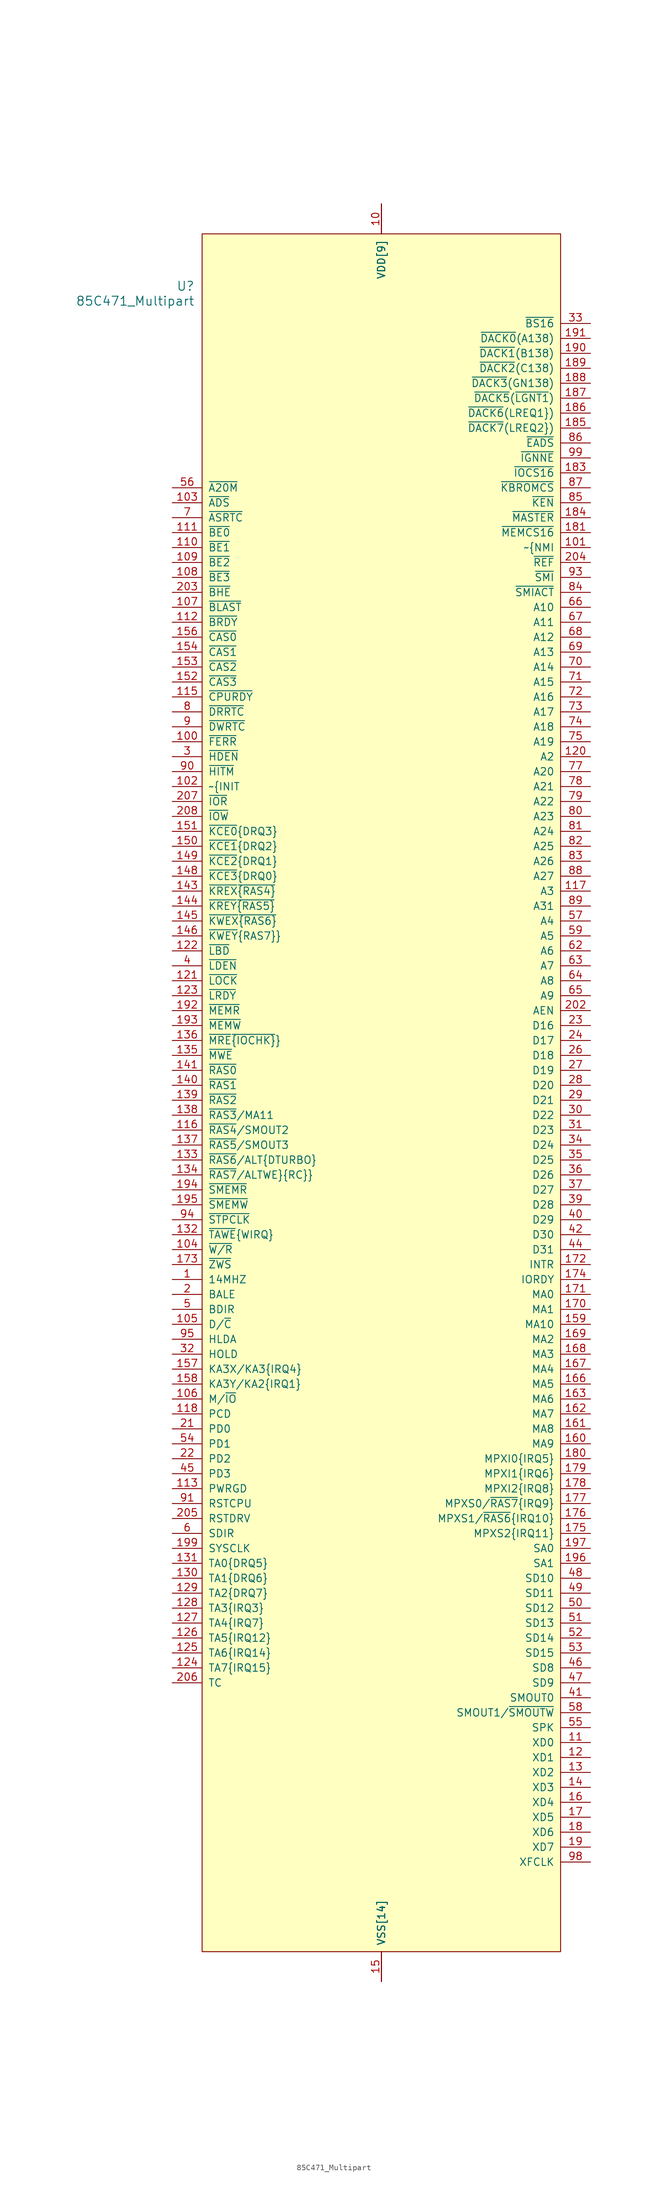
<source format=kicad_sym>
(kicad_symbol_lib
  (version 20211014)
  (generator kicad_symbol_editor)
  (symbol "85C471_Multipart"
    (pin_names
      (offset 1.016))
    (property "Reference" "U"
      (at 3.81 6.35 0)
      (effects (font (size 1.524 1.524)) (justify right)))
    (property "Value" "85C471_Multipart"
      (at 3.81 3.81 0)
      (effects (font (size 1.524 1.524)) (justify right)))
    (property "ki_locked" ""
      (at 0 0 0)
      (effects (font (size 1.27 1.27))))
    (symbol "85C471_Multipart_1_1"
      (rectangle (start 5.08 15.24) (end 66.04 -276.86) (stroke (width 0) (type default) (color 0 0 0 0)) (fill (type background)))
      (pin input line (at 0 -162.56 0) (length 5.08) (name "14MHZ" (effects (font (size 1.27 1.27)))) (number "1" (effects (font (size 1.27 1.27)))))
      (pin power_in line (at 35.56 20.32 270) (length 5.08) (name "VDD[9]" (effects (font (size 1.27 1.27)))) (number "10" (effects (font (size 1.27 1.27)))))
      (pin input line (at 0 -71.12 0) (length 5.08) (name "~{FERR}" (effects (font (size 1.27 1.27)))) (number "100" (effects (font (size 1.27 1.27)))))
      (pin output line (at 71.12 -38.1 180) (length 5.08) (name "~{NMI" (effects (font (size 1.27 1.27)))) (number "101" (effects (font (size 1.27 1.27)))))
      (pin output line (at 0 -78.74 0) (length 5.08) (name "~{INIT" (effects (font (size 1.27 1.27)))) (number "102" (effects (font (size 1.27 1.27)))))
      (pin tri_state line (at 0 -30.48 0) (length 5.08) (name "~{ADS}" (effects (font (size 1.27 1.27)))) (number "103" (effects (font (size 1.27 1.27)))))
      (pin tri_state line (at 0 -157.48 0) (length 5.08) (name "~{W/R}" (effects (font (size 1.27 1.27)))) (number "104" (effects (font (size 1.27 1.27)))))
      (pin input line (at 0 -170.18 0) (length 5.08) (name "D/~{C}" (effects (font (size 1.27 1.27)))) (number "105" (effects (font (size 1.27 1.27)))))
      (pin tri_state line (at 0 -182.88 0) (length 5.08) (name "M/~{IO}" (effects (font (size 1.27 1.27)))) (number "106" (effects (font (size 1.27 1.27)))))
      (pin tri_state line (at 0 -48.26 0) (length 5.08) (name "~{BLAST}" (effects (font (size 1.27 1.27)))) (number "107" (effects (font (size 1.27 1.27)))))
      (pin tri_state line (at 0 -43.18 0) (length 5.08) (name "~{BE3}" (effects (font (size 1.27 1.27)))) (number "108" (effects (font (size 1.27 1.27)))))
      (pin tri_state line (at 0 -40.64 0) (length 5.08) (name "~{BE2}" (effects (font (size 1.27 1.27)))) (number "109" (effects (font (size 1.27 1.27)))))
      (pin tri_state line (at 71.12 -241.3 180) (length 5.08) (name "XD0" (effects (font (size 1.27 1.27)))) (number "11" (effects (font (size 1.27 1.27)))))
      (pin tri_state line (at 0 -38.1 0) (length 5.08) (name "~{BE1}" (effects (font (size 1.27 1.27)))) (number "110" (effects (font (size 1.27 1.27)))))
      (pin tri_state line (at 0 -35.56 0) (length 5.08) (name "~{BE0}" (effects (font (size 1.27 1.27)))) (number "111" (effects (font (size 1.27 1.27)))))
      (pin tri_state line (at 0 -50.8 0) (length 5.08) (name "~{BRDY}" (effects (font (size 1.27 1.27)))) (number "112" (effects (font (size 1.27 1.27)))))
      (pin input line (at 0 -198.12 0) (length 5.08) (name "PWRGD" (effects (font (size 1.27 1.27)))) (number "113" (effects (font (size 1.27 1.27)))))
      (pin power_in line (at 35.56 20.32 270) (length 5.08) (name "VDD[9]" (effects (font (size 1.27 1.27)))) (number "114" (effects (font (size 0 0)))))
      (pin tri_state line (at 0 -63.5 0) (length 5.08) (name "~{CPURDY}" (effects (font (size 1.27 1.27)))) (number "115" (effects (font (size 1.27 1.27)))))
      (pin output line (at 0 -137.16 0) (length 5.08) (name "~{RAS4}/SMOUT2" (effects (font (size 1.27 1.27)))) (number "116" (effects (font (size 1.27 1.27)))))
      (pin tri_state line (at 71.12 -96.52 180) (length 5.08) (name "A3" (effects (font (size 1.27 1.27)))) (number "117" (effects (font (size 1.27 1.27)))))
      (pin input line (at 0 -185.42 0) (length 5.08) (name "PCD" (effects (font (size 1.27 1.27)))) (number "118" (effects (font (size 1.27 1.27)))))
      (pin power_in line (at 35.56 -281.94 90) (length 5.08) (name "VSS[14]" (effects (font (size 1.27 1.27)))) (number "119" (effects (font (size 0 0)))))
      (pin tri_state line (at 71.12 -243.84 180) (length 5.08) (name "XD1" (effects (font (size 1.27 1.27)))) (number "12" (effects (font (size 1.27 1.27)))))
      (pin tri_state line (at 71.12 -73.66 180) (length 5.08) (name "A2" (effects (font (size 1.27 1.27)))) (number "120" (effects (font (size 1.27 1.27)))))
      (pin input line (at 0 -111.76 0) (length 5.08) (name "~{LOCK}" (effects (font (size 1.27 1.27)))) (number "121" (effects (font (size 1.27 1.27)))))
      (pin input line (at 0 -106.68 0) (length 5.08) (name "~{LBD}" (effects (font (size 1.27 1.27)))) (number "122" (effects (font (size 1.27 1.27)))))
      (pin input line (at 0 -114.3 0) (length 5.08) (name "~{LRDY}" (effects (font (size 1.27 1.27)))) (number "123" (effects (font (size 1.27 1.27)))))
      (pin tri_state line (at 0 -228.6 0) (length 5.08) (name "TA7{IRQ15}" (effects (font (size 1.27 1.27)))) (number "124" (effects (font (size 1.27 1.27)))))
      (pin tri_state line (at 0 -226.06 0) (length 5.08) (name "TA6{IRQ14}" (effects (font (size 1.27 1.27)))) (number "125" (effects (font (size 1.27 1.27)))))
      (pin tri_state line (at 0 -223.52 0) (length 5.08) (name "TA5{IRQ12}" (effects (font (size 1.27 1.27)))) (number "126" (effects (font (size 1.27 1.27)))))
      (pin tri_state line (at 0 -220.98 0) (length 5.08) (name "TA4{IRQ7}" (effects (font (size 1.27 1.27)))) (number "127" (effects (font (size 1.27 1.27)))))
      (pin tri_state line (at 0 -218.44 0) (length 5.08) (name "TA3{IRQ3}" (effects (font (size 1.27 1.27)))) (number "128" (effects (font (size 1.27 1.27)))))
      (pin tri_state line (at 0 -215.9 0) (length 5.08) (name "TA2{DRQ7}" (effects (font (size 1.27 1.27)))) (number "129" (effects (font (size 1.27 1.27)))))
      (pin tri_state line (at 71.12 -246.38 180) (length 5.08) (name "XD2" (effects (font (size 1.27 1.27)))) (number "13" (effects (font (size 1.27 1.27)))))
      (pin tri_state line (at 0 -213.36 0) (length 5.08) (name "TA1{DRQ6}" (effects (font (size 1.27 1.27)))) (number "130" (effects (font (size 1.27 1.27)))))
      (pin tri_state line (at 0 -210.82 0) (length 5.08) (name "TA0{DRQ5}" (effects (font (size 1.27 1.27)))) (number "131" (effects (font (size 1.27 1.27)))))
      (pin output line (at 0 -154.94 0) (length 5.08) (name "~{TAWE}{WIRQ}" (effects (font (size 1.27 1.27)))) (number "132" (effects (font (size 1.27 1.27)))))
      (pin tri_state line (at 0 -142.24 0) (length 5.08) (name "~{RAS6}/ALT{DTURBO}" (effects (font (size 1.27 1.27)))) (number "133" (effects (font (size 1.27 1.27)))))
      (pin tri_state line (at 0 -144.78 0) (length 5.08) (name "~{RAS7}/ALTWE}{RC}}" (effects (font (size 1.27 1.27)))) (number "134" (effects (font (size 1.27 1.27)))))
      (pin output line (at 0 -124.46 0) (length 5.08) (name "~{MWE}" (effects (font (size 1.27 1.27)))) (number "135" (effects (font (size 1.27 1.27)))))
      (pin tri_state line (at 0 -121.92 0) (length 5.08) (name "~{MRE}~{{IOCHK}}}" (effects (font (size 1.27 1.27)))) (number "136" (effects (font (size 1.27 1.27)))))
      (pin output line (at 0 -139.7 0) (length 5.08) (name "~{RAS5}/SMOUT3" (effects (font (size 1.27 1.27)))) (number "137" (effects (font (size 1.27 1.27)))))
      (pin output line (at 0 -134.62 0) (length 5.08) (name "~{RAS3}/MA11" (effects (font (size 1.27 1.27)))) (number "138" (effects (font (size 1.27 1.27)))))
      (pin output line (at 0 -132.08 0) (length 5.08) (name "~{RAS2}" (effects (font (size 1.27 1.27)))) (number "139" (effects (font (size 1.27 1.27)))))
      (pin tri_state line (at 71.12 -248.92 180) (length 5.08) (name "XD3" (effects (font (size 1.27 1.27)))) (number "14" (effects (font (size 1.27 1.27)))))
      (pin output line (at 0 -129.54 0) (length 5.08) (name "~{RAS1}" (effects (font (size 1.27 1.27)))) (number "140" (effects (font (size 1.27 1.27)))))
      (pin output line (at 0 -127 0) (length 5.08) (name "~{RAS0}" (effects (font (size 1.27 1.27)))) (number "141" (effects (font (size 1.27 1.27)))))
      (pin power_in line (at 35.56 -281.94 90) (length 5.08) (name "VSS[14]" (effects (font (size 1.27 1.27)))) (number "142" (effects (font (size 0 0)))))
      (pin output line (at 0 -96.52 0) (length 5.08) (name "~{KREX}~{{RAS4}}" (effects (font (size 1.27 1.27)))) (number "143" (effects (font (size 1.27 1.27)))))
      (pin output line (at 0 -99.06 0) (length 5.08) (name "~{KREY}~{{RAS5}}" (effects (font (size 1.27 1.27)))) (number "144" (effects (font (size 1.27 1.27)))))
      (pin output line (at 0 -101.6 0) (length 5.08) (name "~{KWEX}~{{RAS6}}" (effects (font (size 1.27 1.27)))) (number "145" (effects (font (size 1.27 1.27)))))
      (pin output line (at 0 -104.14 0) (length 5.08) (name "~{KWEY}{RAS7}}" (effects (font (size 1.27 1.27)))) (number "146" (effects (font (size 1.27 1.27)))))
      (pin power_in line (at 35.56 20.32 270) (length 5.08) (name "VDD[9]" (effects (font (size 1.27 1.27)))) (number "147" (effects (font (size 0 0)))))
      (pin tri_state line (at 0 -93.98 0) (length 5.08) (name "~{KCE3}{DRQ0}" (effects (font (size 1.27 1.27)))) (number "148" (effects (font (size 1.27 1.27)))))
      (pin tri_state line (at 0 -91.44 0) (length 5.08) (name "~{KCE2}{DRQ1}" (effects (font (size 1.27 1.27)))) (number "149" (effects (font (size 1.27 1.27)))))
      (pin power_in line (at 35.56 -281.94 90) (length 5.08) (name "VSS[14]" (effects (font (size 1.27 1.27)))) (number "15" (effects (font (size 1.27 1.27)))))
      (pin tri_state line (at 0 -88.9 0) (length 5.08) (name "~{KCE1}{DRQ2}" (effects (font (size 1.27 1.27)))) (number "150" (effects (font (size 1.27 1.27)))))
      (pin tri_state line (at 0 -86.36 0) (length 5.08) (name "~{KCE0}{DRQ3}" (effects (font (size 1.27 1.27)))) (number "151" (effects (font (size 1.27 1.27)))))
      (pin output line (at 0 -60.96 0) (length 5.08) (name "~{CAS3}" (effects (font (size 1.27 1.27)))) (number "152" (effects (font (size 1.27 1.27)))))
      (pin output line (at 0 -58.42 0) (length 5.08) (name "~{CAS2}" (effects (font (size 1.27 1.27)))) (number "153" (effects (font (size 1.27 1.27)))))
      (pin output line (at 0 -55.88 0) (length 5.08) (name "~{CAS1}" (effects (font (size 1.27 1.27)))) (number "154" (effects (font (size 1.27 1.27)))))
      (pin power_in line (at 35.56 -281.94 90) (length 5.08) (name "VSS[14]" (effects (font (size 1.27 1.27)))) (number "155" (effects (font (size 0 0)))))
      (pin output line (at 0 -53.34 0) (length 5.08) (name "~{CAS0}" (effects (font (size 1.27 1.27)))) (number "156" (effects (font (size 1.27 1.27)))))
      (pin tri_state line (at 0 -177.8 0) (length 5.08) (name "KA3X/KA3{IRQ4}" (effects (font (size 1.27 1.27)))) (number "157" (effects (font (size 1.27 1.27)))))
      (pin tri_state line (at 0 -180.34 0) (length 5.08) (name "KA3Y/KA2{IRQ1}" (effects (font (size 1.27 1.27)))) (number "158" (effects (font (size 1.27 1.27)))))
      (pin output line (at 71.12 -170.18 180) (length 5.08) (name "MA10" (effects (font (size 1.27 1.27)))) (number "159" (effects (font (size 1.27 1.27)))))
      (pin tri_state line (at 71.12 -251.46 180) (length 5.08) (name "XD4" (effects (font (size 1.27 1.27)))) (number "16" (effects (font (size 1.27 1.27)))))
      (pin output line (at 71.12 -190.5 180) (length 5.08) (name "MA9" (effects (font (size 1.27 1.27)))) (number "160" (effects (font (size 1.27 1.27)))))
      (pin output line (at 71.12 -187.96 180) (length 5.08) (name "MA8" (effects (font (size 1.27 1.27)))) (number "161" (effects (font (size 1.27 1.27)))))
      (pin output line (at 71.12 -185.42 180) (length 5.08) (name "MA7" (effects (font (size 1.27 1.27)))) (number "162" (effects (font (size 1.27 1.27)))))
      (pin output line (at 71.12 -182.88 180) (length 5.08) (name "MA6" (effects (font (size 1.27 1.27)))) (number "163" (effects (font (size 1.27 1.27)))))
      (pin power_in line (at 35.56 -281.94 90) (length 5.08) (name "VSS[14]" (effects (font (size 1.27 1.27)))) (number "164" (effects (font (size 0 0)))))
      (pin power_in line (at 35.56 20.32 270) (length 5.08) (name "VDD[9]" (effects (font (size 1.27 1.27)))) (number "165" (effects (font (size 0 0)))))
      (pin output line (at 71.12 -180.34 180) (length 5.08) (name "MA5" (effects (font (size 1.27 1.27)))) (number "166" (effects (font (size 1.27 1.27)))))
      (pin output line (at 71.12 -177.8 180) (length 5.08) (name "MA4" (effects (font (size 1.27 1.27)))) (number "167" (effects (font (size 1.27 1.27)))))
      (pin output line (at 71.12 -175.26 180) (length 5.08) (name "MA3" (effects (font (size 1.27 1.27)))) (number "168" (effects (font (size 1.27 1.27)))))
      (pin output line (at 71.12 -172.72 180) (length 5.08) (name "MA2" (effects (font (size 1.27 1.27)))) (number "169" (effects (font (size 1.27 1.27)))))
      (pin tri_state line (at 71.12 -254 180) (length 5.08) (name "XD5" (effects (font (size 1.27 1.27)))) (number "17" (effects (font (size 1.27 1.27)))))
      (pin output line (at 71.12 -167.64 180) (length 5.08) (name "MA1" (effects (font (size 1.27 1.27)))) (number "170" (effects (font (size 1.27 1.27)))))
      (pin output line (at 71.12 -165.1 180) (length 5.08) (name "MA0" (effects (font (size 1.27 1.27)))) (number "171" (effects (font (size 1.27 1.27)))))
      (pin output line (at 71.12 -160.02 180) (length 5.08) (name "INTR" (effects (font (size 1.27 1.27)))) (number "172" (effects (font (size 1.27 1.27)))))
      (pin input line (at 0 -160.02 0) (length 5.08) (name "~{ZWS}" (effects (font (size 1.27 1.27)))) (number "173" (effects (font (size 1.27 1.27)))))
      (pin tri_state line (at 71.12 -162.56 180) (length 5.08) (name "IORDY" (effects (font (size 1.27 1.27)))) (number "174" (effects (font (size 1.27 1.27)))))
      (pin tri_state line (at 71.12 -205.74 180) (length 5.08) (name "MPXS2{IRQ11}" (effects (font (size 1.27 1.27)))) (number "175" (effects (font (size 1.27 1.27)))))
      (pin tri_state line (at 71.12 -203.2 180) (length 5.08) (name "MPXS1/~{RAS6}{IRQ10}" (effects (font (size 1.27 1.27)))) (number "176" (effects (font (size 1.27 1.27)))))
      (pin tri_state line (at 71.12 -200.66 180) (length 5.08) (name "MPXS0/~{RAS7}{IRQ9}" (effects (font (size 1.27 1.27)))) (number "177" (effects (font (size 1.27 1.27)))))
      (pin input line (at 71.12 -198.12 180) (length 5.08) (name "MPXI2{IRQ8}" (effects (font (size 1.27 1.27)))) (number "178" (effects (font (size 1.27 1.27)))))
      (pin input line (at 71.12 -195.58 180) (length 5.08) (name "MPXI1{IRQ6}" (effects (font (size 1.27 1.27)))) (number "179" (effects (font (size 1.27 1.27)))))
      (pin tri_state line (at 71.12 -256.54 180) (length 5.08) (name "XD6" (effects (font (size 1.27 1.27)))) (number "18" (effects (font (size 1.27 1.27)))))
      (pin input line (at 71.12 -193.04 180) (length 5.08) (name "MPXI0{IRQ5}" (effects (font (size 1.27 1.27)))) (number "180" (effects (font (size 1.27 1.27)))))
      (pin input line (at 71.12 -35.56 180) (length 5.08) (name "~{MEMCS16}" (effects (font (size 1.27 1.27)))) (number "181" (effects (font (size 1.27 1.27)))))
      (pin power_in line (at 35.56 -281.94 90) (length 5.08) (name "VSS[14]" (effects (font (size 1.27 1.27)))) (number "182" (effects (font (size 0 0)))))
      (pin input line (at 71.12 -25.4 180) (length 5.08) (name "~{IOCS16}" (effects (font (size 1.27 1.27)))) (number "183" (effects (font (size 1.27 1.27)))))
      (pin input line (at 71.12 -33.02 180) (length 5.08) (name "~{MASTER}" (effects (font (size 1.27 1.27)))) (number "184" (effects (font (size 1.27 1.27)))))
      (pin tri_state line (at 71.12 -17.78 180) (length 5.08) (name "~{DACK7}(LREQ2})" (effects (font (size 1.27 1.27)))) (number "185" (effects (font (size 1.27 1.27)))))
      (pin tri_state line (at 71.12 -15.24 180) (length 5.08) (name "~{DACK6}(LREQ1})" (effects (font (size 1.27 1.27)))) (number "186" (effects (font (size 1.27 1.27)))))
      (pin tri_state line (at 71.12 -12.7 180) (length 5.08) (name "~{DACK5}(~{LGNT1})" (effects (font (size 1.27 1.27)))) (number "187" (effects (font (size 1.27 1.27)))))
      (pin tri_state line (at 71.12 -10.16 180) (length 5.08) (name "~{DACK3}(GN138)" (effects (font (size 1.27 1.27)))) (number "188" (effects (font (size 1.27 1.27)))))
      (pin tri_state line (at 71.12 -7.62 180) (length 5.08) (name "~{DACK2}(C138)" (effects (font (size 1.27 1.27)))) (number "189" (effects (font (size 1.27 1.27)))))
      (pin tri_state line (at 71.12 -259.08 180) (length 5.08) (name "XD7" (effects (font (size 1.27 1.27)))) (number "19" (effects (font (size 1.27 1.27)))))
      (pin tri_state line (at 71.12 -5.08 180) (length 5.08) (name "~{DACK1}(B138)" (effects (font (size 1.27 1.27)))) (number "190" (effects (font (size 1.27 1.27)))))
      (pin tri_state line (at 71.12 -2.54 180) (length 5.08) (name "~{DACK0}(A138)" (effects (font (size 1.27 1.27)))) (number "191" (effects (font (size 1.27 1.27)))))
      (pin tri_state line (at 0 -116.84 0) (length 5.08) (name "~{MEMR}" (effects (font (size 1.27 1.27)))) (number "192" (effects (font (size 1.27 1.27)))))
      (pin tri_state line (at 0 -119.38 0) (length 5.08) (name "~{MEMW}" (effects (font (size 1.27 1.27)))) (number "193" (effects (font (size 1.27 1.27)))))
      (pin output line (at 0 -147.32 0) (length 5.08) (name "~{SMEMR}" (effects (font (size 1.27 1.27)))) (number "194" (effects (font (size 1.27 1.27)))))
      (pin output line (at 0 -149.86 0) (length 5.08) (name "~{SMEMW}" (effects (font (size 1.27 1.27)))) (number "195" (effects (font (size 1.27 1.27)))))
      (pin tri_state line (at 71.12 -210.82 180) (length 5.08) (name "SA1" (effects (font (size 1.27 1.27)))) (number "196" (effects (font (size 1.27 1.27)))))
      (pin tri_state line (at 71.12 -208.28 180) (length 5.08) (name "SA0" (effects (font (size 1.27 1.27)))) (number "197" (effects (font (size 1.27 1.27)))))
      (pin power_in line (at 35.56 -281.94 90) (length 5.08) (name "VSS[14]" (effects (font (size 1.27 1.27)))) (number "198" (effects (font (size 0 0)))))
      (pin output line (at 0 -208.28 0) (length 5.08) (name "SYSCLK" (effects (font (size 1.27 1.27)))) (number "199" (effects (font (size 1.27 1.27)))))
      (pin output line (at 0 -165.1 0) (length 5.08) (name "BALE" (effects (font (size 1.27 1.27)))) (number "2" (effects (font (size 1.27 1.27)))))
      (pin power_in line (at 35.56 -281.94 90) (length 5.08) (name "VSS[14]" (effects (font (size 1.27 1.27)))) (number "20" (effects (font (size 0 0)))))
      (pin power_in line (at 35.56 -281.94 90) (length 5.08) (name "VSS[14]" (effects (font (size 1.27 1.27)))) (number "200" (effects (font (size 0 0)))))
      (pin power_in line (at 35.56 20.32 270) (length 5.08) (name "VDD[9]" (effects (font (size 1.27 1.27)))) (number "201" (effects (font (size 0 0)))))
      (pin output line (at 71.12 -116.84 180) (length 5.08) (name "AEN" (effects (font (size 1.27 1.27)))) (number "202" (effects (font (size 1.27 1.27)))))
      (pin tri_state line (at 0 -45.72 0) (length 5.08) (name "~{BHE}" (effects (font (size 1.27 1.27)))) (number "203" (effects (font (size 1.27 1.27)))))
      (pin tri_state line (at 71.12 -40.64 180) (length 5.08) (name "~{REF}" (effects (font (size 1.27 1.27)))) (number "204" (effects (font (size 1.27 1.27)))))
      (pin output line (at 0 -203.2 0) (length 5.08) (name "RSTDRV" (effects (font (size 1.27 1.27)))) (number "205" (effects (font (size 1.27 1.27)))))
      (pin output line (at 0 -231.14 0) (length 5.08) (name "TC" (effects (font (size 1.27 1.27)))) (number "206" (effects (font (size 1.27 1.27)))))
      (pin tri_state line (at 0 -81.28 0) (length 5.08) (name "~{IOR}" (effects (font (size 1.27 1.27)))) (number "207" (effects (font (size 1.27 1.27)))))
      (pin tri_state line (at 0 -83.82 0) (length 5.08) (name "~{IOW}" (effects (font (size 1.27 1.27)))) (number "208" (effects (font (size 1.27 1.27)))))
      (pin tri_state line (at 0 -187.96 0) (length 5.08) (name "PD0" (effects (font (size 1.27 1.27)))) (number "21" (effects (font (size 1.27 1.27)))))
      (pin tri_state line (at 0 -193.04 0) (length 5.08) (name "PD2" (effects (font (size 1.27 1.27)))) (number "22" (effects (font (size 1.27 1.27)))))
      (pin tri_state line (at 71.12 -119.38 180) (length 5.08) (name "D16" (effects (font (size 1.27 1.27)))) (number "23" (effects (font (size 1.27 1.27)))))
      (pin tri_state line (at 71.12 -121.92 180) (length 5.08) (name "D17" (effects (font (size 1.27 1.27)))) (number "24" (effects (font (size 1.27 1.27)))))
      (pin power_in line (at 35.56 20.32 270) (length 5.08) (name "VDD[9]" (effects (font (size 1.27 1.27)))) (number "25" (effects (font (size 0 0)))))
      (pin tri_state line (at 71.12 -124.46 180) (length 5.08) (name "D18" (effects (font (size 1.27 1.27)))) (number "26" (effects (font (size 1.27 1.27)))))
      (pin tri_state line (at 71.12 -127 180) (length 5.08) (name "D19" (effects (font (size 1.27 1.27)))) (number "27" (effects (font (size 1.27 1.27)))))
      (pin tri_state line (at 71.12 -129.54 180) (length 5.08) (name "D20" (effects (font (size 1.27 1.27)))) (number "28" (effects (font (size 1.27 1.27)))))
      (pin tri_state line (at 71.12 -132.08 180) (length 5.08) (name "D21" (effects (font (size 1.27 1.27)))) (number "29" (effects (font (size 1.27 1.27)))))
      (pin output line (at 0 -73.66 0) (length 5.08) (name "~{HDEN}" (effects (font (size 1.27 1.27)))) (number "3" (effects (font (size 1.27 1.27)))))
      (pin tri_state line (at 71.12 -134.62 180) (length 5.08) (name "D22" (effects (font (size 1.27 1.27)))) (number "30" (effects (font (size 1.27 1.27)))))
      (pin tri_state line (at 71.12 -137.16 180) (length 5.08) (name "D23" (effects (font (size 1.27 1.27)))) (number "31" (effects (font (size 1.27 1.27)))))
      (pin output line (at 0 -175.26 0) (length 5.08) (name "HOLD" (effects (font (size 1.27 1.27)))) (number "32" (effects (font (size 1.27 1.27)))))
      (pin output line (at 71.12 0 180) (length 5.08) (name "~{BS16}" (effects (font (size 1.27 1.27)))) (number "33" (effects (font (size 1.27 1.27)))))
      (pin tri_state line (at 71.12 -139.7 180) (length 5.08) (name "D24" (effects (font (size 1.27 1.27)))) (number "34" (effects (font (size 1.27 1.27)))))
      (pin tri_state line (at 71.12 -142.24 180) (length 5.08) (name "D25" (effects (font (size 1.27 1.27)))) (number "35" (effects (font (size 1.27 1.27)))))
      (pin tri_state line (at 71.12 -144.78 180) (length 5.08) (name "D26" (effects (font (size 1.27 1.27)))) (number "36" (effects (font (size 1.27 1.27)))))
      (pin tri_state line (at 71.12 -147.32 180) (length 5.08) (name "D27" (effects (font (size 1.27 1.27)))) (number "37" (effects (font (size 1.27 1.27)))))
      (pin power_in line (at 35.56 -281.94 90) (length 5.08) (name "VSS[14]" (effects (font (size 1.27 1.27)))) (number "38" (effects (font (size 0 0)))))
      (pin tri_state line (at 71.12 -149.86 180) (length 5.08) (name "D28" (effects (font (size 1.27 1.27)))) (number "39" (effects (font (size 1.27 1.27)))))
      (pin output line (at 0 -109.22 0) (length 5.08) (name "~{LDEN}" (effects (font (size 1.27 1.27)))) (number "4" (effects (font (size 1.27 1.27)))))
      (pin tri_state line (at 71.12 -152.4 180) (length 5.08) (name "D29" (effects (font (size 1.27 1.27)))) (number "40" (effects (font (size 1.27 1.27)))))
      (pin output line (at 71.12 -233.68 180) (length 5.08) (name "SMOUT0" (effects (font (size 1.27 1.27)))) (number "41" (effects (font (size 1.27 1.27)))))
      (pin tri_state line (at 71.12 -154.94 180) (length 5.08) (name "D30" (effects (font (size 1.27 1.27)))) (number "42" (effects (font (size 1.27 1.27)))))
      (pin power_in line (at 35.56 20.32 270) (length 5.08) (name "VDD[9]" (effects (font (size 1.27 1.27)))) (number "43" (effects (font (size 0 0)))))
      (pin tri_state line (at 71.12 -157.48 180) (length 5.08) (name "D31" (effects (font (size 1.27 1.27)))) (number "44" (effects (font (size 1.27 1.27)))))
      (pin tri_state line (at 0 -195.58 0) (length 5.08) (name "PD3" (effects (font (size 1.27 1.27)))) (number "45" (effects (font (size 1.27 1.27)))))
      (pin tri_state line (at 71.12 -228.6 180) (length 5.08) (name "SD8" (effects (font (size 1.27 1.27)))) (number "46" (effects (font (size 1.27 1.27)))))
      (pin tri_state line (at 71.12 -231.14 180) (length 5.08) (name "SD9" (effects (font (size 1.27 1.27)))) (number "47" (effects (font (size 1.27 1.27)))))
      (pin tri_state line (at 71.12 -213.36 180) (length 5.08) (name "SD10" (effects (font (size 1.27 1.27)))) (number "48" (effects (font (size 1.27 1.27)))))
      (pin tri_state line (at 71.12 -215.9 180) (length 5.08) (name "SD11" (effects (font (size 1.27 1.27)))) (number "49" (effects (font (size 1.27 1.27)))))
      (pin output line (at 0 -167.64 0) (length 5.08) (name "BDIR" (effects (font (size 1.27 1.27)))) (number "5" (effects (font (size 1.27 1.27)))))
      (pin tri_state line (at 71.12 -218.44 180) (length 5.08) (name "SD12" (effects (font (size 1.27 1.27)))) (number "50" (effects (font (size 1.27 1.27)))))
      (pin tri_state line (at 71.12 -220.98 180) (length 5.08) (name "SD13" (effects (font (size 1.27 1.27)))) (number "51" (effects (font (size 1.27 1.27)))))
      (pin tri_state line (at 71.12 -223.52 180) (length 5.08) (name "SD14" (effects (font (size 1.27 1.27)))) (number "52" (effects (font (size 1.27 1.27)))))
      (pin tri_state line (at 71.12 -226.06 180) (length 5.08) (name "SD15" (effects (font (size 1.27 1.27)))) (number "53" (effects (font (size 1.27 1.27)))))
      (pin tri_state line (at 0 -190.5 0) (length 5.08) (name "PD1" (effects (font (size 1.27 1.27)))) (number "54" (effects (font (size 1.27 1.27)))))
      (pin tri_state line (at 71.12 -238.76 180) (length 5.08) (name "SPK" (effects (font (size 1.27 1.27)))) (number "55" (effects (font (size 1.27 1.27)))))
      (pin output line (at 0 -27.94 0) (length 5.08) (name "~{A20M}" (effects (font (size 1.27 1.27)))) (number "56" (effects (font (size 1.27 1.27)))))
      (pin tri_state line (at 71.12 -101.6 180) (length 5.08) (name "A4" (effects (font (size 1.27 1.27)))) (number "57" (effects (font (size 1.27 1.27)))))
      (pin output line (at 71.12 -236.22 180) (length 5.08) (name "SMOUT1/~{SMOUTW}" (effects (font (size 1.27 1.27)))) (number "58" (effects (font (size 1.27 1.27)))))
      (pin tri_state line (at 71.12 -104.14 180) (length 5.08) (name "A5" (effects (font (size 1.27 1.27)))) (number "59" (effects (font (size 1.27 1.27)))))
      (pin output line (at 0 -205.74 0) (length 5.08) (name "SDIR" (effects (font (size 1.27 1.27)))) (number "6" (effects (font (size 1.27 1.27)))))
      (pin power_in line (at 35.56 -281.94 90) (length 5.08) (name "VSS[14]" (effects (font (size 1.27 1.27)))) (number "60" (effects (font (size 0 0)))))
      (pin power_in line (at 35.56 20.32 270) (length 5.08) (name "VDD[9]" (effects (font (size 1.27 1.27)))) (number "61" (effects (font (size 0 0)))))
      (pin tri_state line (at 71.12 -106.68 180) (length 5.08) (name "A6" (effects (font (size 1.27 1.27)))) (number "62" (effects (font (size 1.27 1.27)))))
      (pin tri_state line (at 71.12 -109.22 180) (length 5.08) (name "A7" (effects (font (size 1.27 1.27)))) (number "63" (effects (font (size 1.27 1.27)))))
      (pin tri_state line (at 71.12 -111.76 180) (length 5.08) (name "A8" (effects (font (size 1.27 1.27)))) (number "64" (effects (font (size 1.27 1.27)))))
      (pin tri_state line (at 71.12 -114.3 180) (length 5.08) (name "A9" (effects (font (size 1.27 1.27)))) (number "65" (effects (font (size 1.27 1.27)))))
      (pin tri_state line (at 71.12 -48.26 180) (length 5.08) (name "A10" (effects (font (size 1.27 1.27)))) (number "66" (effects (font (size 1.27 1.27)))))
      (pin tri_state line (at 71.12 -50.8 180) (length 5.08) (name "A11" (effects (font (size 1.27 1.27)))) (number "67" (effects (font (size 1.27 1.27)))))
      (pin tri_state line (at 71.12 -53.34 180) (length 5.08) (name "A12" (effects (font (size 1.27 1.27)))) (number "68" (effects (font (size 1.27 1.27)))))
      (pin tri_state line (at 71.12 -55.88 180) (length 5.08) (name "A13" (effects (font (size 1.27 1.27)))) (number "69" (effects (font (size 1.27 1.27)))))
      (pin output line (at 0 -33.02 0) (length 5.08) (name "~{ASRTC}" (effects (font (size 1.27 1.27)))) (number "7" (effects (font (size 1.27 1.27)))))
      (pin tri_state line (at 71.12 -58.42 180) (length 5.08) (name "A14" (effects (font (size 1.27 1.27)))) (number "70" (effects (font (size 1.27 1.27)))))
      (pin tri_state line (at 71.12 -60.96 180) (length 5.08) (name "A15" (effects (font (size 1.27 1.27)))) (number "71" (effects (font (size 1.27 1.27)))))
      (pin tri_state line (at 71.12 -63.5 180) (length 5.08) (name "A16" (effects (font (size 1.27 1.27)))) (number "72" (effects (font (size 1.27 1.27)))))
      (pin tri_state line (at 71.12 -66.04 180) (length 5.08) (name "A17" (effects (font (size 1.27 1.27)))) (number "73" (effects (font (size 1.27 1.27)))))
      (pin tri_state line (at 71.12 -68.58 180) (length 5.08) (name "A18" (effects (font (size 1.27 1.27)))) (number "74" (effects (font (size 1.27 1.27)))))
      (pin tri_state line (at 71.12 -71.12 180) (length 5.08) (name "A19" (effects (font (size 1.27 1.27)))) (number "75" (effects (font (size 1.27 1.27)))))
      (pin power_in line (at 35.56 -281.94 90) (length 5.08) (name "VSS[14]" (effects (font (size 1.27 1.27)))) (number "76" (effects (font (size 0 0)))))
      (pin tri_state line (at 71.12 -76.2 180) (length 5.08) (name "A20" (effects (font (size 1.27 1.27)))) (number "77" (effects (font (size 1.27 1.27)))))
      (pin tri_state line (at 71.12 -78.74 180) (length 5.08) (name "A21" (effects (font (size 1.27 1.27)))) (number "78" (effects (font (size 1.27 1.27)))))
      (pin tri_state line (at 71.12 -81.28 180) (length 5.08) (name "A22" (effects (font (size 1.27 1.27)))) (number "79" (effects (font (size 1.27 1.27)))))
      (pin output line (at 0 -66.04 0) (length 5.08) (name "~{DRRTC}" (effects (font (size 1.27 1.27)))) (number "8" (effects (font (size 1.27 1.27)))))
      (pin tri_state line (at 71.12 -83.82 180) (length 5.08) (name "A23" (effects (font (size 1.27 1.27)))) (number "80" (effects (font (size 1.27 1.27)))))
      (pin tri_state line (at 71.12 -86.36 180) (length 5.08) (name "A24" (effects (font (size 1.27 1.27)))) (number "81" (effects (font (size 1.27 1.27)))))
      (pin tri_state line (at 71.12 -88.9 180) (length 5.08) (name "A25" (effects (font (size 1.27 1.27)))) (number "82" (effects (font (size 1.27 1.27)))))
      (pin tri_state line (at 71.12 -91.44 180) (length 5.08) (name "A26" (effects (font (size 1.27 1.27)))) (number "83" (effects (font (size 1.27 1.27)))))
      (pin input line (at 71.12 -45.72 180) (length 5.08) (name "~{SMIACT}" (effects (font (size 1.27 1.27)))) (number "84" (effects (font (size 1.27 1.27)))))
      (pin output line (at 71.12 -30.48 180) (length 5.08) (name "~{KEN}" (effects (font (size 1.27 1.27)))) (number "85" (effects (font (size 1.27 1.27)))))
      (pin output line (at 71.12 -20.32 180) (length 5.08) (name "~{EADS}" (effects (font (size 1.27 1.27)))) (number "86" (effects (font (size 1.27 1.27)))))
      (pin output line (at 71.12 -27.94 180) (length 5.08) (name "~{KBROMCS}" (effects (font (size 1.27 1.27)))) (number "87" (effects (font (size 1.27 1.27)))))
      (pin tri_state line (at 71.12 -93.98 180) (length 5.08) (name "A27" (effects (font (size 1.27 1.27)))) (number "88" (effects (font (size 1.27 1.27)))))
      (pin tri_state line (at 71.12 -99.06 180) (length 5.08) (name "A31" (effects (font (size 1.27 1.27)))) (number "89" (effects (font (size 1.27 1.27)))))
      (pin output line (at 0 -68.58 0) (length 5.08) (name "~{DWRTC}" (effects (font (size 1.27 1.27)))) (number "9" (effects (font (size 1.27 1.27)))))
      (pin input line (at 0 -76.2 0) (length 5.08) (name "~{HITM}" (effects (font (size 1.27 1.27)))) (number "90" (effects (font (size 1.27 1.27)))))
      (pin output line (at 0 -200.66 0) (length 5.08) (name "RSTCPU" (effects (font (size 1.27 1.27)))) (number "91" (effects (font (size 1.27 1.27)))))
      (pin power_in line (at 35.56 -281.94 90) (length 5.08) (name "VSS[14]" (effects (font (size 1.27 1.27)))) (number "92" (effects (font (size 0 0)))))
      (pin output line (at 71.12 -43.18 180) (length 5.08) (name "~{SMI}" (effects (font (size 1.27 1.27)))) (number "93" (effects (font (size 1.27 1.27)))))
      (pin output line (at 0 -152.4 0) (length 5.08) (name "~{STPCLK}" (effects (font (size 1.27 1.27)))) (number "94" (effects (font (size 1.27 1.27)))))
      (pin input line (at 0 -172.72 0) (length 5.08) (name "HLDA" (effects (font (size 1.27 1.27)))) (number "95" (effects (font (size 1.27 1.27)))))
      (pin power_in line (at 35.56 -281.94 90) (length 5.08) (name "VSS[14]" (effects (font (size 1.27 1.27)))) (number "96" (effects (font (size 0 0)))))
      (pin power_in line (at 35.56 20.32 270) (length 5.08) (name "VDD[9]" (effects (font (size 1.27 1.27)))) (number "97" (effects (font (size 0 0)))))
      (pin input line (at 71.12 -261.62 180) (length 5.08) (name "XFCLK" (effects (font (size 1.27 1.27)))) (number "98" (effects (font (size 1.27 1.27)))))
      (pin output line (at 71.12 -22.86 180) (length 5.08) (name "~{IGNNE}" (effects (font (size 1.27 1.27)))) (number "99" (effects (font (size 1.27 1.27))))))))
</source>
